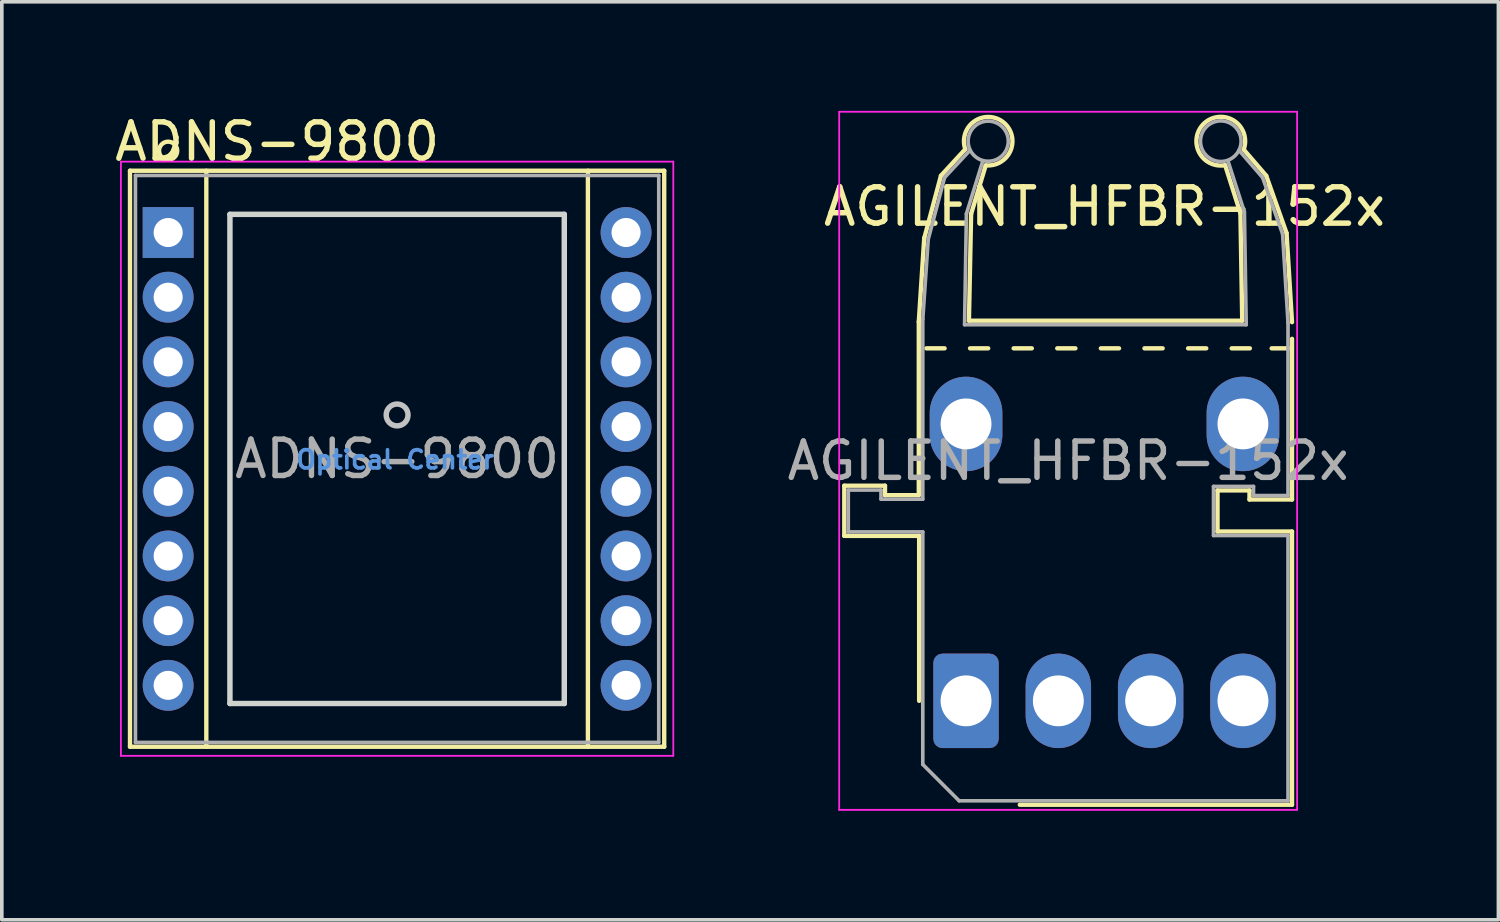
<source format=kicad_pcb>
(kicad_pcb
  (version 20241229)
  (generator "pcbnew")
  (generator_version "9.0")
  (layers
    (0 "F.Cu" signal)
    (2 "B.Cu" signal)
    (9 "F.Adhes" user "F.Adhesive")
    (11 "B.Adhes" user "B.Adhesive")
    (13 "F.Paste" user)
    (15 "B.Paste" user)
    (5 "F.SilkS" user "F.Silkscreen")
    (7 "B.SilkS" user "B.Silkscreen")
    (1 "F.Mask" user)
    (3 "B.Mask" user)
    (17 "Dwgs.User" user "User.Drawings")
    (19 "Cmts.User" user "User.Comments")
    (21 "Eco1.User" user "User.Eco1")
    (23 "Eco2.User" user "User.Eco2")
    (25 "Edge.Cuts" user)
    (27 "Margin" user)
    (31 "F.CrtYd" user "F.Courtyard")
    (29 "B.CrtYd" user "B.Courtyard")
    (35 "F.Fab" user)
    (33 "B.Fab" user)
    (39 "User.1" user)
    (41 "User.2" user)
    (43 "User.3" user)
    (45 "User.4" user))
  (footprint "AGILENT_HFBR-152x"
    (layer "F.Cu")
    (at 23.532 16.235)
    (property "Reference" "AGILENT_HFBR-152x" (at 3.81 -13.6 0) (layer "F.SilkS") (effects (font (size 1 1) (thickness 0.15))))
    (attr through_hole)
    (fp_line (start -3.35 -5.92) (end -2.23 -5.92) (stroke (width 0.12) (type solid)) (layer "F.SilkS"))
    (fp_line (start -3.35 -4.54) (end -3.35 -5.92) (stroke (width 0.12) (type solid)) (layer "F.SilkS"))
    (fp_line (start -2.23 -5.66) (end -2.23 -5.92) (stroke (width 0.12) (type solid)) (layer "F.SilkS"))
    (fp_line (start -2.23 -5.66) (end -1.3 -5.66) (stroke (width 0.12) (type solid)) (layer "F.SilkS"))
    (fp_line (start -1.3 -10.43) (end -1.15 -12.74) (stroke (width 0.12) (type solid)) (layer "F.SilkS"))
    (fp_line (start -1.3 -5.66) (end -1.3 -10.43) (stroke (width 0.12) (type solid)) (layer "F.SilkS"))
    (fp_line (start -1.29 -4.54) (end -3.35 -4.54) (stroke (width 0.12) (type solid)) (layer "F.SilkS"))
    (fp_line (start -1.29 -4.54) (end -1.29 0.000043) (stroke (width 0.12) (type solid)) (layer "F.SilkS"))
    (fp_line (start -1.15 -12.73) (end -0.69 -14.45) (stroke (width 0.12) (type solid)) (layer "F.SilkS"))
    (fp_line (start -0.69 -14.45) (end -0.02 -15.18) (stroke (width 0.12) (type solid)) (layer "F.SilkS"))
    (fp_line (start -0.59 -9.7) (end -1.09 -9.7) (stroke (width 0.12) (type solid)) (layer "F.SilkS"))
    (fp_line (start 0.08 -10.46) (end 0.14 -13.4) (stroke (width 0.12) (type solid)) (layer "F.SilkS"))
    (fp_line (start 0.14 -13.4) (end 0.54 -14.73) (stroke (width 0.12) (type solid)) (layer "F.SilkS"))
    (fp_line (start 0.61 -9.7) (end 0.11 -9.7) (stroke (width 0.12) (type solid)) (layer "F.SilkS"))
    (fp_line (start 1.48 2.86) (end 8.97 2.86) (stroke (width 0.12) (type solid)) (layer "F.SilkS"))
    (fp_line (start 1.81 -9.7) (end 1.31 -9.7) (stroke (width 0.12) (type solid)) (layer "F.SilkS"))
    (fp_line (start 3.01 -9.7) (end 2.51 -9.7) (stroke (width 0.12) (type solid)) (layer "F.SilkS"))
    (fp_line (start 4.21 -9.7) (end 3.71 -9.7) (stroke (width 0.12) (type solid)) (layer "F.SilkS"))
    (fp_line (start 5.41 -9.7) (end 4.91 -9.7) (stroke (width 0.12) (type solid)) (layer "F.SilkS"))
    (fp_line (start 6.61 -9.7) (end 6.11 -9.7) (stroke (width 0.12) (type solid)) (layer "F.SilkS"))
    (fp_line (start 6.92 -5.79) (end 7.8 -5.79) (stroke (width 0.12) (type solid)) (layer "F.SilkS"))
    (fp_line (start 6.92 -4.66) (end 6.92 -5.79) (stroke (width 0.12) (type solid)) (layer "F.SilkS"))
    (fp_line (start 7.55 -13.42) (end 7.13 -14.74) (stroke (width 0.12) (type solid)) (layer "F.SilkS"))
    (fp_line (start 7.6 -10.46) (end 0.08 -10.46) (stroke (width 0.12) (type solid)) (layer "F.SilkS"))
    (fp_line (start 7.6 -10.46) (end 7.55 -13.42) (stroke (width 0.12) (type solid)) (layer "F.SilkS"))
    (fp_line (start 7.8 -5.54) (end 7.8 -5.79) (stroke (width 0.12) (type solid)) (layer "F.SilkS"))
    (fp_line (start 7.8 -5.54) (end 8.97 -5.54) (stroke (width 0.12) (type solid)) (layer "F.SilkS"))
    (fp_line (start 7.81 -9.7) (end 7.31 -9.7) (stroke (width 0.12) (type solid)) (layer "F.SilkS"))
    (fp_line (start 8.26 -14.45) (end 7.64 -15.17) (stroke (width 0.12) (type solid)) (layer "F.SilkS"))
    (fp_line (start 8.82 -12.87) (end 8.26 -14.45) (stroke (width 0.12) (type solid)) (layer "F.SilkS"))
    (fp_line (start 8.91 -9.7) (end 8.41 -9.7) (stroke (width 0.12) (type solid)) (layer "F.SilkS"))
    (fp_line (start 8.97 -10.42) (end 8.82 -12.87) (stroke (width 0.12) (type solid)) (layer "F.SilkS"))
    (fp_line (start 8.97 -5.54) (end 8.97 -9.961) (stroke (width 0.12) (type solid)) (layer "F.SilkS"))
    (fp_line (start 8.97 -4.66) (end 6.92 -4.66) (stroke (width 0.12) (type solid)) (layer "F.SilkS"))
    (fp_line (start 8.97 2.86) (end 8.97 -4.66) (stroke (width 0.12) (type solid)) (layer "F.SilkS"))
    (fp_arc (start -0.02 -15.18) (mid 1.024518 -15.922948) (end 0.53962 -14.736414) (stroke (width 0.12) (type solid)) (layer "F.SilkS"))
    (fp_arc (start 7.129973 -14.740147) (mid 6.577787 -15.912827) (end 7.64 -15.17) (stroke (width 0.12) (type solid)) (layer "F.SilkS"))
    (fp_line (start -3.49 -16.21) (end -3.49 3) (stroke (width 0.05) (type solid)) (layer "F.CrtYd"))
    (fp_line (start -3.49 -16.21) (end 9.11 -16.21) (stroke (width 0.05) (type solid)) (layer "F.CrtYd"))
    (fp_line (start 9.11 3) (end -3.49 3) (stroke (width 0.05) (type solid)) (layer "F.CrtYd"))
    (fp_line (start 9.11 3) (end 9.11 -16.21) (stroke (width 0.05) (type solid)) (layer "F.CrtYd"))
    (fp_line (start -3.24 -5.8) (end -3.24 -4.65) (stroke (width 0.1) (type solid)) (layer "F.Fab"))
    (fp_line (start -3.24 -4.65) (end -1.19 -4.65) (stroke (width 0.1) (type solid)) (layer "F.Fab"))
    (fp_line (start -2.34 -5.8) (end -3.24 -5.8) (stroke (width 0.1) (type solid)) (layer "F.Fab"))
    (fp_line (start -2.34 -5.55) (end -2.34 -5.8) (stroke (width 0.1) (type solid)) (layer "F.Fab"))
    (fp_line (start -1.19 -10.5) (end -1.19 -5.55) (stroke (width 0.1) (type solid)) (layer "F.Fab"))
    (fp_line (start -1.19 -5.55) (end -2.34 -5.55) (stroke (width 0.1) (type solid)) (layer "F.Fab"))
    (fp_line (start -1.19 -4.65) (end -1.19 1.75) (stroke (width 0.1) (type solid)) (layer "F.Fab"))
    (fp_line (start -1.04 -12.7) (end -1.19 -10.5) (stroke (width 0.1) (type solid)) (layer "F.Fab"))
    (fp_line (start -0.59 -14.4) (end -1.04 -12.7) (stroke (width 0.1) (type solid)) (layer "F.Fab"))
    (fp_line (start -0.19 2.75) (end -1.19 1.75) (stroke (width 0.1) (type solid)) (layer "F.Fab"))
    (fp_line (start -0.19 2.75) (end 8.86 2.75) (stroke (width 0.1) (type solid)) (layer "F.Fab"))
    (fp_line (start -0.04 -10.35) (end 0.01 -13.4) (stroke (width 0.1) (type solid)) (layer "F.Fab"))
    (fp_line (start 0.01 -13.4) (end 0.46 -14.85) (stroke (width 0.1) (type solid)) (layer "F.Fab"))
    (fp_line (start 0.11 -15.15) (end -0.59 -14.4) (stroke (width 0.1) (type solid)) (layer "F.Fab"))
    (fp_line (start 6.81 -5.9) (end 7.91 -5.9) (stroke (width 0.1) (type solid)) (layer "F.Fab"))
    (fp_line (start 6.81 -4.55) (end 6.81 -5.9) (stroke (width 0.1) (type solid)) (layer "F.Fab"))
    (fp_line (start 7.21 -14.85) (end 7.66 -13.45) (stroke (width 0.1) (type solid)) (layer "F.Fab"))
    (fp_line (start 7.66 -13.45) (end 7.71 -10.35) (stroke (width 0.1) (type solid)) (layer "F.Fab"))
    (fp_line (start 7.71 -10.35) (end -0.04 -10.35) (stroke (width 0.1) (type solid)) (layer "F.Fab"))
    (fp_line (start 7.91 -5.9) (end 7.91 -5.65) (stroke (width 0.1) (type solid)) (layer "F.Fab"))
    (fp_line (start 7.91 -5.65) (end 8.86 -5.65) (stroke (width 0.1) (type solid)) (layer "F.Fab"))
    (fp_line (start 8.16 -14.4) (end 7.51 -15.15) (stroke (width 0.1) (type solid)) (layer "F.Fab"))
    (fp_line (start 8.71 -12.85) (end 8.16 -14.4) (stroke (width 0.1) (type solid)) (layer "F.Fab"))
    (fp_line (start 8.86 -10.4) (end 8.71 -12.85) (stroke (width 0.1) (type solid)) (layer "F.Fab"))
    (fp_line (start 8.86 -5.65) (end 8.86 -10.4) (stroke (width 0.1) (type solid)) (layer "F.Fab"))
    (fp_line (start 8.86 -4.55) (end 6.81 -4.55) (stroke (width 0.1) (type solid)) (layer "F.Fab"))
    (fp_line (start 8.86 2.75) (end 8.86 -4.55) (stroke (width 0.1) (type solid)) (layer "F.Fab"))
    (fp_circle (center 0.61 -15.4) (end 0.66 -14.85) (stroke (width 0.1) (type solid)) (fill no) (layer "F.Fab"))
    (fp_circle (center 7.01 -15.4) (end 7.51 -15.15) (stroke (width 0.1) (type solid)) (fill no) (layer "F.Fab"))
    (fp_text user "${REFERENCE}" (at 2.81 -6.605 0) (layer "F.Fab") (effects (font (size 1 1) (thickness 0.15))))
    (pad "1" thru_hole roundrect (at 0 0) (size 1.8 2.6) (drill 1.4) (layers "*.Cu" "*.Mask") (roundrect_rratio 0.139))
    (pad "2" thru_hole oval (at 2.54 0) (size 1.8 2.6) (drill 1.4) (layers "*.Cu" "*.Mask"))
    (pad "3" thru_hole oval (at 5.08 0) (size 1.8 2.6) (drill 1.4) (layers "*.Cu" "*.Mask"))
    (pad "4" thru_hole oval (at 7.62 0) (size 1.8 2.6) (drill 1.4) (layers "*.Cu" "*.Mask"))
    (pad "5" thru_hole oval (at 7.62 -7.62) (size 2 2.6) (drill 1.4) (layers "*.Cu" "*.Mask"))
    (pad "6" thru_hole oval (at 0 -7.62) (size 2 2.6) (drill 1.4) (layers "*.Cu" "*.Mask")))
  (footprint "ADNS-9800"
    (layer "F.Cu")
    (at 1.577 3.348)
    (property "Reference" "ADNS-9800" (at 3 -2.5 180) (layer "F.SilkS") (effects (font (size 1 1) (thickness 0.15))))
    (attr through_hole)
    (fp_line (start -1.05 -1.7) (end 13.65 -1.7) (stroke (width 0.12) (type solid)) (layer "F.SilkS"))
    (fp_line (start -1.05 14.15) (end -1.05 -1.7) (stroke (width 0.12) (type solid)) (layer "F.SilkS"))
    (fp_line (start 1.05 -1.7) (end 1.05 14.15) (stroke (width 0.12) (type solid)) (layer "F.SilkS"))
    (fp_line (start 11.55 -1.7) (end 11.55 14.15) (stroke (width 0.12) (type solid)) (layer "F.SilkS"))
    (fp_line (start 13.65 -1.7) (end 13.65 14.15) (stroke (width 0.12) (type solid)) (layer "F.SilkS"))
    (fp_line (start 13.65 14.15) (end -1.05 14.15) (stroke (width 0.12) (type solid)) (layer "F.SilkS"))
    (fp_circle (center 0 -2.25) (end 0 -2) (stroke (width 0.12) (type solid)) (fill no) (layer "F.SilkS"))
    (fp_circle (center 6.3 5.02) (end 6 5) (stroke (width 0.15) (type solid)) (fill no) (layer "Dwgs.User"))
    (fp_line (start 1.7 -0.5) (end 10.9 -0.5) (stroke (width 0.15) (type solid)) (layer "Edge.Cuts"))
    (fp_line (start 1.7 12.96) (end 1.7 -0.5) (stroke (width 0.15) (type solid)) (layer "Edge.Cuts"))
    (fp_line (start 10.9 -0.5) (end 10.9 12.96) (stroke (width 0.15) (type solid)) (layer "Edge.Cuts"))
    (fp_line (start 10.9 12.96) (end 1.7 12.96) (stroke (width 0.15) (type solid)) (layer "Edge.Cuts"))
    (fp_line (start -1.3 -1.95) (end 13.9 -1.95) (stroke (width 0.05) (type solid)) (layer "F.CrtYd"))
    (fp_line (start -1.3 14.4) (end -1.3 -1.95) (stroke (width 0.05) (type solid)) (layer "F.CrtYd"))
    (fp_line (start 13.9 -1.95) (end 13.9 14.4) (stroke (width 0.05) (type solid)) (layer "F.CrtYd"))
    (fp_line (start 13.9 14.4) (end -1.3 14.4) (stroke (width 0.05) (type solid)) (layer "F.CrtYd"))
    (fp_line (start -0.9 -1.57) (end 13.5 -1.57) (stroke (width 0.1) (type solid)) (layer "F.Fab"))
    (fp_line (start -0.9 14.03) (end -0.9 -1.57) (stroke (width 0.1) (type solid)) (layer "F.Fab"))
    (fp_line (start 13.5 -1.57) (end 13.5 14.03) (stroke (width 0.1) (type solid)) (layer "F.Fab"))
    (fp_line (start 13.5 14.03) (end -0.9 14.03) (stroke (width 0.1) (type solid)) (layer "F.Fab"))
    (fp_text user "Optical Center" (at 6.25 6.25 180) (layer "Cmts.User") (effects (font (size 0.5 0.5) (thickness 0.1))))
    (fp_text user "${REFERENCE}" (at 6.3 6.23 0) (layer "F.Fab") (effects (font (size 1 1) (thickness 0.15))))
    (pad "1" thru_hole rect (at 0 0) (size 1.4 1.4) (drill 0.8) (layers "*.Cu" "*.Mask"))
    (pad "2" thru_hole circle (at 0 1.78) (size 1.4 1.4) (drill 0.8) (layers "*.Cu" "*.Mask"))
    (pad "3" thru_hole circle (at 0 3.56) (size 1.4 1.4) (drill 0.8) (layers "*.Cu" "*.Mask"))
    (pad "4" thru_hole circle (at 0 5.34) (size 1.4 1.4) (drill 0.8) (layers "*.Cu" "*.Mask"))
    (pad "5" thru_hole circle (at 0 7.12) (size 1.4 1.4) (drill 0.8) (layers "*.Cu" "*.Mask"))
    (pad "6" thru_hole circle (at 0 8.9) (size 1.4 1.4) (drill 0.8) (layers "*.Cu" "*.Mask"))
    (pad "7" thru_hole circle (at 0 10.68) (size 1.4 1.4) (drill 0.8) (layers "*.Cu" "*.Mask"))
    (pad "8" thru_hole circle (at 0 12.46) (size 1.4 1.4) (drill 0.8) (layers "*.Cu" "*.Mask"))
    (pad "9" thru_hole circle (at 12.6 12.46) (size 1.4 1.4) (drill 0.8) (layers "*.Cu" "*.Mask"))
    (pad "10" thru_hole circle (at 12.6 10.68) (size 1.4 1.4) (drill 0.8) (layers "*.Cu" "*.Mask"))
    (pad "11" thru_hole circle (at 12.6 8.9) (size 1.4 1.4) (drill 0.8) (layers "*.Cu" "*.Mask"))
    (pad "12" thru_hole circle (at 12.6 7.12) (size 1.4 1.4) (drill 0.8) (layers "*.Cu" "*.Mask"))
    (pad "13" thru_hole circle (at 12.6 5.34) (size 1.4 1.4) (drill 0.8) (layers "*.Cu" "*.Mask"))
    (pad "14" thru_hole circle (at 12.6 3.56) (size 1.4 1.4) (drill 0.8) (layers "*.Cu" "*.Mask"))
    (pad "15" thru_hole circle (at 12.6 1.78) (size 1.4 1.4) (drill 0.8) (layers "*.Cu" "*.Mask"))
    (pad "16" thru_hole circle (at 12.6 0) (size 1.4 1.4) (drill 0.8) (layers "*.Cu" "*.Mask")))
  (gr_rect
    (start -3 -3)
    (end 38.181 22.26)
    (stroke (width 0.1) (type default))
    (fill no)
    (layer "Edge.Cuts")))
</source>
